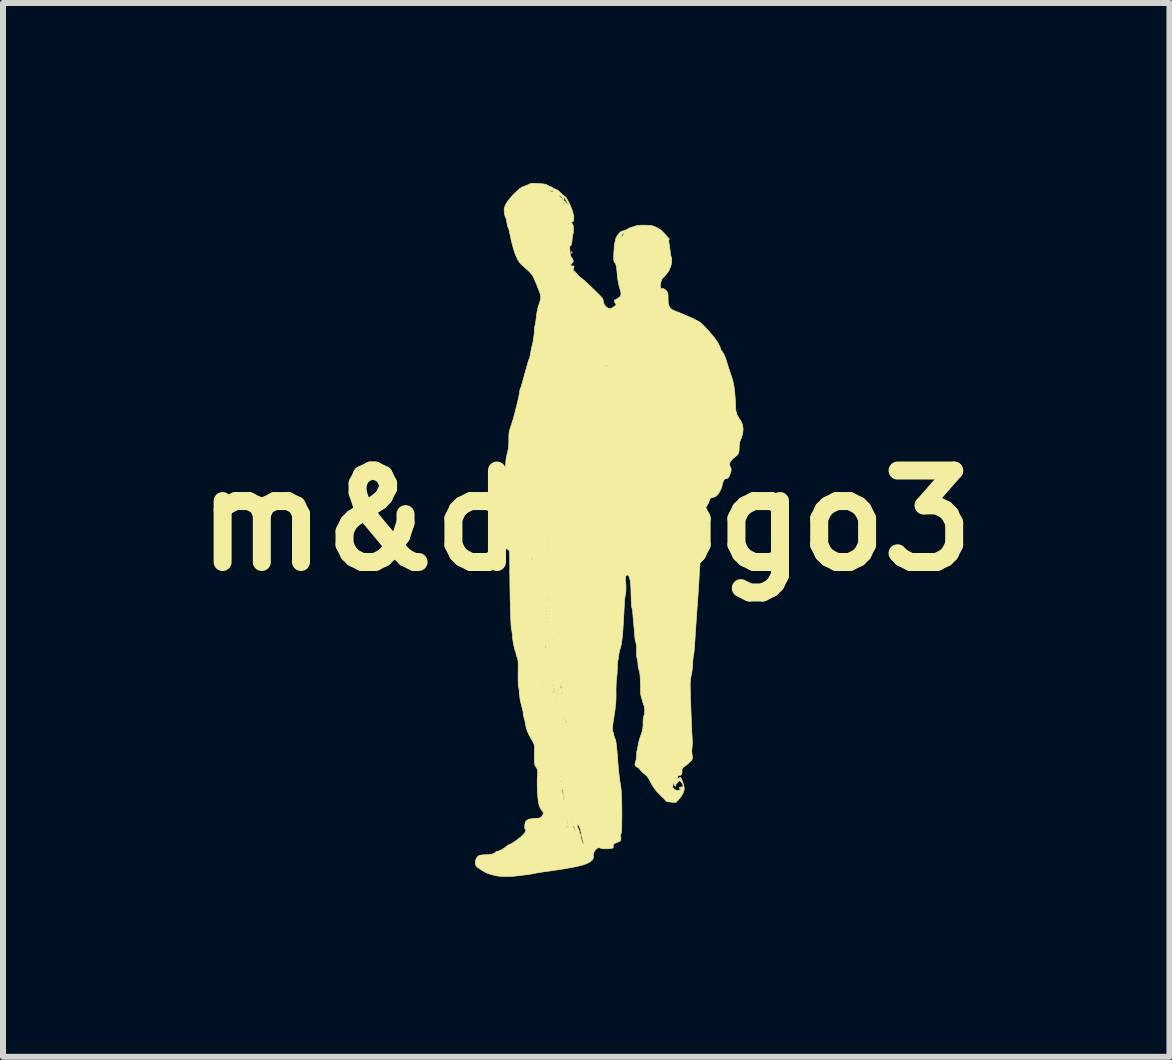
<source format=kicad_pcb>
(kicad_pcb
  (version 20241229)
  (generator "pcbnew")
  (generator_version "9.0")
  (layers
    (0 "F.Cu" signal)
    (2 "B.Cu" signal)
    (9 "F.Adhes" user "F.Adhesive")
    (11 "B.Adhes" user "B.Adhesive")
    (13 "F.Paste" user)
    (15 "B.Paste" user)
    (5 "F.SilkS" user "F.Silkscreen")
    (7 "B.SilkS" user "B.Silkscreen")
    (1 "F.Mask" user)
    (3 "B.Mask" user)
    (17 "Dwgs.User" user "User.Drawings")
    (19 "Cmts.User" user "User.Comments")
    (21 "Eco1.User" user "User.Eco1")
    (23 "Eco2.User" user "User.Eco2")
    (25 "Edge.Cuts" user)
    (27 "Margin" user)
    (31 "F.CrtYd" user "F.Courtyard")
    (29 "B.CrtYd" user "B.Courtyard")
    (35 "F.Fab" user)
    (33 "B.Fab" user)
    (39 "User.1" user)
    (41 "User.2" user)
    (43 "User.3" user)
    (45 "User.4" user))
  (footprint "m&d_logo3"
    (layer "F.Cu")
    (at 6.72 5.627)
    (property "Reference" "m&d_logo3" (at 0 0 0) (layer "F.SilkS") (effects (font (size 1.524 1.524) (thickness 0.3))))
    (attr through_hole)
    (fp_poly (pts (xy -0.237 -4.483) (xy -0.236 -4.462) (xy -0.237 -4.458) (xy -0.241 -4.456) (xy -0.242 -4.47) (xy -0.241 -4.485) (xy -0.237 -4.483)) (stroke (width 0.01) (type solid)) (fill yes) (layer "F.SilkS"))
    (fp_poly (pts (xy -0.858 -5.622) (xy -0.807 -5.619) (xy -0.795 -5.618) (xy -0.737 -5.614) (xy -0.696 -5.609) (xy -0.669 -5.603) (xy -0.653 -5.595) (xy -0.651 -5.594) (xy -0.628 -5.58) (xy -0.599 -5.568) (xy -0.596 -5.567) (xy -0.572 -5.558) (xy -0.559 -5.549) (xy -0.559 -5.547) (xy -0.55 -5.539) (xy -0.528 -5.53) (xy -0.516 -5.526) (xy -0.473 -5.506) (xy -0.434 -5.471) (xy -0.406 -5.442) (xy -0.375 -5.415) (xy -0.36 -5.405) (xy -0.338 -5.388) (xy -0.326 -5.374) (xy -0.325 -5.371) (xy -0.319 -5.353) (xy -0.314 -5.347) (xy -0.304 -5.332) (xy -0.289 -5.302) (xy -0.271 -5.265) (xy -0.254 -5.224) (xy -0.239 -5.186) (xy -0.228 -5.156) (xy -0.224 -5.138) (xy -0.219 -5.114) (xy -0.213 -5.099) (xy -0.207 -5.074) (xy -0.207 -5.037) (xy -0.208 -5.028) (xy -0.214 -4.997) (xy -0.222 -4.982) (xy -0.235 -4.978) (xy -0.251 -4.976) (xy -0.251 -4.968) (xy -0.236 -4.95) (xy -0.234 -4.948) (xy -0.223 -4.933) (xy -0.216 -4.912) (xy -0.214 -4.88) (xy -0.213 -4.853) (xy -0.214 -4.816) (xy -0.217 -4.787) (xy -0.221 -4.772) (xy -0.221 -4.771) (xy -0.227 -4.756) (xy -0.231 -4.736) (xy -0.236 -4.674) (xy -0.241 -4.63) (xy -0.247 -4.602) (xy -0.254 -4.587) (xy -0.262 -4.582) (xy -0.27 -4.579) (xy -0.273 -4.567) (xy -0.274 -4.542) (xy -0.272 -4.509) (xy -0.268 -4.463) (xy -0.264 -4.433) (xy -0.259 -4.412) (xy -0.251 -4.394) (xy -0.239 -4.376) (xy -0.236 -4.372) (xy -0.219 -4.343) (xy -0.216 -4.322) (xy -0.227 -4.3) (xy -0.241 -4.285) (xy -0.258 -4.265) (xy -0.26 -4.253) (xy -0.255 -4.248) (xy -0.235 -4.243) (xy -0.221 -4.245) (xy -0.206 -4.246) (xy -0.204 -4.234) (xy -0.205 -4.226) (xy -0.213 -4.199) (xy -0.218 -4.184) (xy -0.217 -4.168) (xy -0.206 -4.161) (xy -0.189 -4.15) (xy -0.169 -4.127) (xy -0.163 -4.119) (xy -0.14 -4.092) (xy -0.108 -4.063) (xy -0.089 -4.049) (xy -0.068 -4.032) (xy -0.034 -4.004) (xy 0.008 -3.966) (xy 0.055 -3.922) (xy 0.105 -3.874) (xy 0.121 -3.859) (xy 0.174 -3.807) (xy 0.214 -3.767) (xy 0.243 -3.737) (xy 0.262 -3.714) (xy 0.274 -3.697) (xy 0.28 -3.684) (xy 0.282 -3.671) (xy 0.282 -3.666) (xy 0.29 -3.626) (xy 0.31 -3.588) (xy 0.338 -3.558) (xy 0.371 -3.539) (xy 0.4 -3.535) (xy 0.423 -3.542) (xy 0.451 -3.557) (xy 0.476 -3.575) (xy 0.494 -3.592) (xy 0.498 -3.601) (xy 0.491 -3.618) (xy 0.483 -3.627) (xy 0.471 -3.644) (xy 0.468 -3.663) (xy 0.473 -3.676) (xy 0.478 -3.678) (xy 0.492 -3.683) (xy 0.516 -3.698) (xy 0.534 -3.71) (xy 0.561 -3.731) (xy 0.574 -3.748) (xy 0.579 -3.769) (xy 0.579 -3.782) (xy 0.575 -3.819) (xy 0.565 -3.856) (xy 0.564 -3.857) (xy 0.552 -3.896) (xy 0.539 -3.95) (xy 0.528 -4.014) (xy 0.519 -4.085) (xy 0.512 -4.155) (xy 0.508 -4.208) (xy 0.501 -4.246) (xy 0.492 -4.274) (xy 0.477 -4.298) (xy 0.469 -4.31) (xy 0.463 -4.321) (xy 0.46 -4.34) (xy 0.458 -4.369) (xy 0.459 -4.412) (xy 0.461 -4.472) (xy 0.462 -4.478) (xy 0.465 -4.531) (xy 0.468 -4.578) (xy 0.472 -4.613) (xy 0.476 -4.634) (xy 0.478 -4.638) (xy 0.485 -4.654) (xy 0.488 -4.678) (xy 0.496 -4.712) (xy 0.518 -4.749) (xy 0.591 -4.749) (xy 0.593 -4.737) (xy 0.599 -4.735) (xy 0.609 -4.743) (xy 0.61 -4.746) (xy 0.616 -4.763) (xy 0.626 -4.776) (xy 0.636 -4.789) (xy 0.632 -4.792) (xy 0.624 -4.791) (xy 0.609 -4.783) (xy 0.597 -4.767) (xy 0.591 -4.749) (xy 0.518 -4.749) (xy 0.522 -4.756) (xy 0.529 -4.765) (xy 0.555 -4.797) (xy 0.576 -4.815) (xy 0.598 -4.825) (xy 0.612 -4.828) (xy 0.649 -4.839) (xy 0.685 -4.857) (xy 0.69 -4.861) (xy 0.724 -4.879) (xy 0.761 -4.891) (xy 0.767 -4.893) (xy 0.797 -4.9) (xy 0.819 -4.909) (xy 0.822 -4.911) (xy 0.841 -4.918) (xy 0.875 -4.922) (xy 0.92 -4.924) (xy 0.97 -4.924) (xy 1.021 -4.923) (xy 1.069 -4.919) (xy 1.107 -4.913) (xy 1.124 -4.908) (xy 1.202 -4.872) (xy 1.271 -4.82) (xy 1.309 -4.779) (xy 1.334 -4.749) (xy 1.357 -4.723) (xy 1.37 -4.71) (xy 1.384 -4.693) (xy 1.381 -4.683) (xy 1.376 -4.673) (xy 1.376 -4.649) (xy 1.382 -4.611) (xy 1.389 -4.571) (xy 1.394 -4.533) (xy 1.397 -4.511) (xy 1.402 -4.465) (xy 1.409 -4.422) (xy 1.417 -4.39) (xy 1.421 -4.379) (xy 1.425 -4.358) (xy 1.424 -4.324) (xy 1.419 -4.285) (xy 1.412 -4.248) (xy 1.402 -4.219) (xy 1.398 -4.212) (xy 1.386 -4.19) (xy 1.382 -4.175) (xy 1.376 -4.162) (xy 1.36 -4.139) (xy 1.338 -4.111) (xy 1.316 -4.083) (xy 1.295 -4.061) (xy 1.283 -4.051) (xy 1.265 -4.03) (xy 1.25 -3.995) (xy 1.239 -3.954) (xy 1.235 -3.912) (xy 1.239 -3.877) (xy 1.239 -3.875) (xy 1.245 -3.858) (xy 1.249 -3.857) (xy 1.249 -3.858) (xy 1.257 -3.87) (xy 1.275 -3.871) (xy 1.299 -3.861) (xy 1.323 -3.844) (xy 1.344 -3.821) (xy 1.347 -3.817) (xy 1.357 -3.795) (xy 1.363 -3.767) (xy 1.364 -3.729) (xy 1.364 -3.699) (xy 1.367 -3.633) (xy 1.378 -3.582) (xy 1.4 -3.544) (xy 1.436 -3.515) (xy 1.487 -3.491) (xy 1.499 -3.487) (xy 1.534 -3.474) (xy 1.581 -3.455) (xy 1.632 -3.434) (xy 1.666 -3.419) (xy 1.72 -3.395) (xy 1.763 -3.376) (xy 1.802 -3.357) (xy 1.845 -3.335) (xy 1.88 -3.316) (xy 1.907 -3.297) (xy 1.942 -3.266) (xy 1.984 -3.223) (xy 2.03 -3.174) (xy 2.076 -3.121) (xy 2.121 -3.067) (xy 2.161 -3.014) (xy 2.194 -2.967) (xy 2.197 -2.963) (xy 2.206 -2.944) (xy 2.219 -2.917) (xy 2.232 -2.887) (xy 2.241 -2.861) (xy 2.245 -2.847) (xy 2.245 -2.847) (xy 2.252 -2.833) (xy 2.261 -2.824) (xy 2.276 -2.805) (xy 2.295 -2.771) (xy 2.314 -2.728) (xy 2.331 -2.681) (xy 2.341 -2.65) (xy 2.351 -2.617) (xy 2.365 -2.572) (xy 2.381 -2.521) (xy 2.392 -2.489) (xy 2.412 -2.43) (xy 2.427 -2.386) (xy 2.437 -2.352) (xy 2.445 -2.325) (xy 2.451 -2.299) (xy 2.457 -2.271) (xy 2.458 -2.266) (xy 2.466 -2.214) (xy 2.474 -2.149) (xy 2.48 -2.077) (xy 2.486 -2.005) (xy 2.489 -1.938) (xy 2.489 -1.904) (xy 2.495 -1.827) (xy 2.515 -1.762) (xy 2.549 -1.701) (xy 2.561 -1.686) (xy 2.58 -1.655) (xy 2.598 -1.616) (xy 2.606 -1.593) (xy 2.615 -1.524) (xy 2.607 -1.448) (xy 2.581 -1.367) (xy 2.575 -1.354) (xy 2.56 -1.314) (xy 2.552 -1.274) (xy 2.55 -1.223) (xy 2.547 -1.168) (xy 2.538 -1.127) (xy 2.518 -1.094) (xy 2.486 -1.066) (xy 2.473 -1.056) (xy 2.436 -1.025) (xy 2.407 -0.99) (xy 2.39 -0.958) (xy 2.388 -0.943) (xy 2.392 -0.922) (xy 2.402 -0.895) (xy 2.405 -0.89) (xy 2.413 -0.869) (xy 2.416 -0.851) (xy 2.413 -0.829) (xy 2.404 -0.795) (xy 2.403 -0.792) (xy 2.387 -0.747) (xy 2.371 -0.719) (xy 2.353 -0.705) (xy 2.331 -0.701) (xy 2.313 -0.696) (xy 2.296 -0.678) (xy 2.286 -0.658) (xy 2.274 -0.627) (xy 2.266 -0.598) (xy 2.266 -0.591) (xy 2.26 -0.561) (xy 2.244 -0.523) (xy 2.223 -0.481) (xy 2.199 -0.444) (xy 2.176 -0.417) (xy 2.171 -0.412) (xy 2.14 -0.395) (xy 2.107 -0.385) (xy 2.103 -0.384) (xy 2.078 -0.379) (xy 2.065 -0.365) (xy 2.057 -0.345) (xy 2.035 -0.288) (xy 2.007 -0.24) (xy 1.979 -0.206) (xy 1.957 -0.178) (xy 1.941 -0.152) (xy 1.937 -0.14) (xy 1.935 -0.125) (xy 1.933 -0.091) (xy 1.931 -0.043) (xy 1.928 0.018) (xy 1.925 0.088) (xy 1.922 0.166) (xy 1.921 0.208) (xy 1.918 0.296) (xy 1.914 0.383) (xy 1.91 0.468) (xy 1.907 0.545) (xy 1.903 0.61) (xy 1.9 0.661) (xy 1.899 0.671) (xy 1.895 0.732) (xy 1.89 0.806) (xy 1.885 0.884) (xy 1.881 0.957) (xy 1.88 0.975) (xy 1.876 1.047) (xy 1.871 1.125) (xy 1.866 1.203) (xy 1.861 1.271) (xy 1.86 1.285) (xy 1.854 1.373) (xy 1.847 1.472) (xy 1.839 1.578) (xy 1.832 1.685) (xy 1.825 1.79) (xy 1.819 1.888) (xy 1.813 1.975) (xy 1.808 2.047) (xy 1.808 2.052) (xy 1.804 2.108) (xy 1.8 2.16) (xy 1.795 2.202) (xy 1.79 2.23) (xy 1.789 2.235) (xy 1.785 2.259) (xy 1.78 2.298) (xy 1.776 2.347) (xy 1.774 2.393) (xy 1.769 2.454) (xy 1.763 2.511) (xy 1.755 2.558) (xy 1.75 2.576) (xy 1.737 2.645) (xy 1.733 2.732) (xy 1.733 2.733) (xy 1.734 2.782) (xy 1.735 2.845) (xy 1.737 2.92) (xy 1.74 3.002) (xy 1.743 3.089) (xy 1.746 3.178) (xy 1.749 3.267) (xy 1.753 3.353) (xy 1.756 3.432) (xy 1.759 3.502) (xy 1.762 3.561) (xy 1.765 3.604) (xy 1.766 3.627) (xy 1.769 3.691) (xy 1.766 3.757) (xy 1.764 3.777) (xy 1.759 3.841) (xy 1.763 3.896) (xy 1.765 3.904) (xy 1.77 3.941) (xy 1.769 3.967) (xy 1.763 3.983) (xy 1.747 4.004) (xy 1.718 4.032) (xy 1.683 4.063) (xy 1.646 4.092) (xy 1.623 4.108) (xy 1.604 4.124) (xy 1.597 4.146) (xy 1.597 4.163) (xy 1.595 4.207) (xy 1.586 4.234) (xy 1.568 4.244) (xy 1.556 4.245) (xy 1.538 4.245) (xy 1.529 4.255) (xy 1.526 4.277) (xy 1.524 4.3) (xy 1.528 4.306) (xy 1.539 4.297) (xy 1.542 4.295) (xy 1.559 4.282) (xy 1.568 4.277) (xy 1.577 4.286) (xy 1.589 4.31) (xy 1.603 4.342) (xy 1.616 4.379) (xy 1.626 4.415) (xy 1.63 4.438) (xy 1.633 4.471) (xy 1.629 4.5) (xy 1.618 4.532) (xy 1.61 4.549) (xy 1.586 4.59) (xy 1.556 4.631) (xy 1.538 4.652) (xy 1.493 4.697) (xy 1.414 4.691) (xy 1.373 4.687) (xy 1.347 4.682) (xy 1.331 4.673) (xy 1.321 4.662) (xy 1.304 4.641) (xy 1.291 4.628) (xy 1.277 4.617) (xy 1.254 4.594) (xy 1.225 4.565) (xy 1.213 4.553) (xy 1.169 4.506) (xy 1.13 4.455) (xy 1.116 4.432) (xy 1.441 4.432) (xy 1.442 4.447) (xy 1.462 4.469) (xy 1.466 4.473) (xy 1.501 4.495) (xy 1.533 4.499) (xy 1.56 4.486) (xy 1.573 4.475) (xy 1.57 4.469) (xy 1.562 4.465) (xy 1.549 4.456) (xy 1.554 4.446) (xy 1.573 4.441) (xy 1.586 4.44) (xy 1.609 4.434) (xy 1.615 4.418) (xy 1.605 4.389) (xy 1.592 4.368) (xy 1.569 4.341) (xy 1.55 4.335) (xy 1.533 4.348) (xy 1.529 4.356) (xy 1.517 4.374) (xy 1.506 4.379) (xy 1.495 4.384) (xy 1.495 4.387) (xy 1.495 4.402) (xy 1.495 4.413) (xy 1.491 4.426) (xy 1.48 4.421) (xy 1.478 4.42) (xy 1.465 4.403) (xy 1.463 4.394) (xy 1.455 4.376) (xy 1.451 4.373) (xy 1.444 4.374) (xy 1.445 4.392) (xy 1.446 4.417) (xy 1.441 4.432) (xy 1.116 4.432) (xy 1.093 4.395) (xy 1.054 4.322) (xy 1.052 4.318) (xy 1.018 4.265) (xy 0.975 4.225) (xy 0.972 4.223) (xy 0.941 4.198) (xy 0.914 4.171) (xy 0.903 4.156) (xy 0.881 4.13) (xy 0.851 4.109) (xy 0.848 4.108) (xy 0.824 4.093) (xy 0.814 4.075) (xy 0.813 4.061) (xy 0.817 4.032) (xy 0.824 4.012) (xy 0.83 3.992) (xy 0.835 3.958) (xy 0.838 3.919) (xy 0.838 3.917) (xy 0.84 3.879) (xy 0.843 3.849) (xy 0.847 3.833) (xy 0.847 3.832) (xy 0.852 3.816) (xy 0.857 3.789) (xy 0.859 3.779) (xy 0.871 3.705) (xy 0.891 3.633) (xy 0.908 3.586) (xy 0.929 3.525) (xy 0.941 3.473) (xy 0.947 3.421) (xy 0.947 3.367) (xy 0.949 3.309) (xy 0.958 3.265) (xy 0.96 3.259) (xy 0.969 3.225) (xy 0.973 3.182) (xy 0.973 3.138) (xy 0.968 3.098) (xy 0.96 3.073) (xy 0.948 3.046) (xy 0.942 3.022) (xy 0.935 2.993) (xy 0.924 2.958) (xy 0.92 2.947) (xy 0.91 2.908) (xy 0.905 2.865) (xy 0.905 2.856) (xy 0.905 2.769) (xy 0.903 2.689) (xy 0.9 2.619) (xy 0.895 2.56) (xy 0.888 2.516) (xy 0.88 2.489) (xy 0.878 2.485) (xy 0.869 2.461) (xy 0.864 2.423) (xy 0.864 2.402) (xy 0.861 2.362) (xy 0.855 2.324) (xy 0.85 2.305) (xy 0.841 2.27) (xy 0.838 2.217) (xy 0.838 2.174) (xy 0.838 2.101) (xy 0.831 2.047) (xy 0.827 2.033) (xy 0.818 1.999) (xy 0.812 1.955) (xy 0.807 1.911) (xy 0.804 1.863) (xy 0.8 1.807) (xy 0.794 1.751) (xy 0.793 1.737) (xy 0.787 1.682) (xy 0.782 1.62) (xy 0.778 1.566) (xy 0.777 1.556) (xy 0.773 1.514) (xy 0.768 1.478) (xy 0.762 1.454) (xy 0.761 1.451) (xy 0.757 1.435) (xy 0.754 1.402) (xy 0.751 1.356) (xy 0.749 1.3) (xy 0.747 1.238) (xy 0.747 1.236) (xy 0.745 1.136) (xy 0.739 1.056) (xy 0.732 0.994) (xy 0.721 0.949) (xy 0.708 0.92) (xy 0.697 0.91) (xy 0.681 0.905) (xy 0.666 0.917) (xy 0.664 0.919) (xy 0.656 0.934) (xy 0.653 0.956) (xy 0.654 0.988) (xy 0.657 1.016) (xy 0.662 1.089) (xy 0.662 1.159) (xy 0.657 1.218) (xy 0.65 1.249) (xy 0.646 1.274) (xy 0.641 1.313) (xy 0.638 1.361) (xy 0.635 1.407) (xy 0.632 1.463) (xy 0.629 1.528) (xy 0.625 1.598) (xy 0.621 1.669) (xy 0.617 1.738) (xy 0.613 1.801) (xy 0.609 1.854) (xy 0.606 1.893) (xy 0.605 1.91) (xy 0.595 1.989) (xy 0.585 2.056) (xy 0.574 2.108) (xy 0.563 2.141) (xy 0.554 2.172) (xy 0.546 2.214) (xy 0.542 2.244) (xy 0.538 2.281) (xy 0.533 2.312) (xy 0.528 2.327) (xy 0.524 2.344) (xy 0.521 2.377) (xy 0.519 2.419) (xy 0.519 2.445) (xy 0.517 2.5) (xy 0.514 2.56) (xy 0.508 2.613) (xy 0.506 2.626) (xy 0.502 2.668) (xy 0.499 2.724) (xy 0.497 2.786) (xy 0.496 2.85) (xy 0.497 2.86) (xy 0.497 2.92) (xy 0.496 2.976) (xy 0.493 3.032) (xy 0.487 3.093) (xy 0.479 3.161) (xy 0.467 3.242) (xy 0.452 3.338) (xy 0.442 3.408) (xy 0.438 3.462) (xy 0.439 3.5) (xy 0.445 3.519) (xy 0.447 3.52) (xy 0.454 3.534) (xy 0.457 3.557) (xy 0.462 3.586) (xy 0.474 3.619) (xy 0.477 3.627) (xy 0.483 3.64) (xy 0.489 3.656) (xy 0.493 3.677) (xy 0.498 3.705) (xy 0.503 3.742) (xy 0.508 3.789) (xy 0.514 3.849) (xy 0.52 3.924) (xy 0.527 4.016) (xy 0.533 4.094) (xy 0.539 4.161) (xy 0.546 4.227) (xy 0.553 4.288) (xy 0.56 4.337) (xy 0.564 4.364) (xy 0.573 4.413) (xy 0.58 4.467) (xy 0.585 4.527) (xy 0.589 4.597) (xy 0.592 4.678) (xy 0.593 4.774) (xy 0.594 4.886) (xy 0.594 4.924) (xy 0.593 5.008) (xy 0.592 5.074) (xy 0.591 5.125) (xy 0.589 5.162) (xy 0.587 5.189) (xy 0.583 5.208) (xy 0.579 5.22) (xy 0.576 5.226) (xy 0.566 5.247) (xy 0.569 5.258) (xy 0.577 5.273) (xy 0.578 5.298) (xy 0.573 5.324) (xy 0.566 5.336) (xy 0.549 5.349) (xy 0.521 5.361) (xy 0.512 5.364) (xy 0.473 5.379) (xy 0.452 5.399) (xy 0.449 5.426) (xy 0.45 5.431) (xy 0.451 5.445) (xy 0.446 5.454) (xy 0.433 5.46) (xy 0.407 5.464) (xy 0.365 5.468) (xy 0.34 5.469) (xy 0.284 5.469) (xy 0.245 5.461) (xy 0.241 5.459) (xy 0.219 5.451) (xy 0.199 5.454) (xy 0.182 5.461) (xy 0.161 5.479) (xy 0.141 5.505) (xy 0.125 5.535) (xy 0.116 5.562) (xy 0.117 5.579) (xy 0.12 5.595) (xy 0.118 5.621) (xy 0.118 5.623) (xy 0.101 5.655) (xy 0.065 5.686) (xy 0.01 5.715) (xy -0.064 5.741) (xy -0.156 5.764) (xy -0.213 5.775) (xy -0.335 5.797) (xy -0.452 5.816) (xy -0.561 5.833) (xy -0.655 5.846) (xy -0.671 5.848) (xy -0.726 5.856) (xy -0.783 5.865) (xy -0.833 5.874) (xy -0.859 5.879) (xy -0.905 5.888) (xy -0.96 5.897) (xy -1.013 5.904) (xy -1.016 5.904) (xy -1.068 5.91) (xy -1.123 5.916) (xy -1.171 5.922) (xy -1.173 5.923) (xy -1.233 5.928) (xy -1.301 5.931) (xy -1.37 5.931) (xy -1.434 5.927) (xy -1.487 5.921) (xy -1.504 5.918) (xy -1.578 5.9) (xy -1.637 5.881) (xy -1.684 5.86) (xy -1.722 5.837) (xy -1.756 5.815) (xy -1.789 5.794) (xy -1.805 5.785) (xy -1.833 5.759) (xy -1.848 5.723) (xy -1.849 5.68) (xy -1.835 5.636) (xy -1.824 5.617) (xy -1.807 5.596) (xy -1.786 5.582) (xy -1.756 5.574) (xy -1.715 5.569) (xy -1.658 5.568) (xy -1.655 5.568) (xy -1.603 5.564) (xy -1.559 5.554) (xy -1.527 5.54) (xy -1.51 5.523) (xy -1.498 5.512) (xy -1.49 5.513) (xy -1.471 5.511) (xy -1.441 5.5) (xy -1.404 5.481) (xy -1.365 5.457) (xy -1.332 5.431) (xy -1.306 5.411) (xy -1.285 5.398) (xy -1.277 5.395) (xy -1.259 5.389) (xy -1.23 5.373) (xy -1.193 5.349) (xy -1.153 5.321) (xy -1.114 5.291) (xy -1.08 5.262) (xy -1.059 5.242) (xy -1.025 5.204) (xy -1.008 5.174) (xy -1.008 5.154) (xy -1.016 5.146) (xy -1.023 5.131) (xy -1.026 5.104) (xy -1.024 5.071) (xy -1.018 5.039) (xy -1.013 5.024) (xy -0.322 5.024) (xy -0.321 5.044) (xy -0.32 5.053) (xy -0.314 5.095) (xy -0.306 5.117) (xy -0.3 5.121) (xy -0.3 5.112) (xy -0.3 5.112) (xy -0.224 5.112) (xy -0.217 5.117) (xy -0.213 5.116) (xy -0.206 5.12) (xy -0.203 5.139) (xy -0.203 5.14) (xy -0.2 5.162) (xy -0.193 5.171) (xy -0.192 5.171) (xy -0.186 5.163) (xy -0.188 5.138) (xy -0.195 5.113) (xy -0.2 5.098) (xy -0.2 5.098) (xy -0.21 5.094) (xy -0.221 5.103) (xy -0.224 5.112) (xy -0.3 5.112) (xy -0.303 5.09) (xy -0.305 5.083) (xy -0.309 5.067) (xy -0.15 5.067) (xy -0.148 5.089) (xy -0.138 5.119) (xy -0.133 5.13) (xy -0.12 5.159) (xy -0.112 5.185) (xy -0.112 5.191) (xy -0.107 5.21) (xy -0.102 5.217) (xy -0.094 5.231) (xy -0.091 5.253) (xy -0.089 5.279) (xy -0.082 5.311) (xy -0.072 5.345) (xy -0.061 5.374) (xy -0.052 5.392) (xy -0.048 5.395) (xy -0.042 5.388) (xy -0.043 5.382) (xy -0.049 5.361) (xy -0.058 5.325) (xy -0.069 5.281) (xy -0.079 5.236) (xy -0.087 5.194) (xy -0.09 5.178) (xy -0.1 5.138) (xy -0.115 5.099) (xy -0.124 5.082) (xy -0.139 5.06) (xy -0.146 5.054) (xy -0.15 5.062) (xy -0.15 5.067) (xy -0.309 5.067) (xy -0.314 5.043) (xy -0.319 5.024) (xy -0.322 5.024) (xy -1.013 5.024) (xy -1.011 5.02) (xy -0.992 4.996) (xy -0.98 4.989) (xy -0.325 4.989) (xy -0.321 4.997) (xy -0.318 4.995) (xy -0.317 4.983) (xy -0.318 4.982) (xy -0.324 4.983) (xy -0.325 4.989) (xy -0.98 4.989) (xy -0.963 4.979) (xy -0.939 4.973) (xy -0.254 4.973) (xy -0.249 4.978) (xy -0.244 4.973) (xy -0.249 4.968) (xy -0.254 4.973) (xy -0.939 4.973) (xy -0.92 4.969) (xy -0.86 4.964) (xy -0.855 4.964) (xy -0.804 4.961) (xy -0.769 4.953) (xy -0.746 4.937) (xy -0.742 4.933) (xy -0.264 4.933) (xy -0.259 4.938) (xy -0.254 4.933) (xy -0.259 4.928) (xy -0.264 4.933) (xy -0.742 4.933) (xy -0.728 4.912) (xy -0.721 4.896) (xy -0.714 4.873) (xy -0.719 4.856) (xy -0.73 4.843) (xy -0.755 4.811) (xy -0.774 4.773) (xy -0.789 4.725) (xy -0.8 4.665) (xy -0.808 4.589) (xy -0.811 4.547) (xy -0.814 4.494) (xy -0.404 4.494) (xy -0.398 4.52) (xy -0.398 4.521) (xy -0.391 4.548) (xy -0.383 4.586) (xy -0.379 4.615) (xy -0.375 4.647) (xy -0.371 4.66) (xy -0.369 4.655) (xy -0.368 4.644) (xy -0.368 4.611) (xy -0.373 4.574) (xy -0.375 4.566) (xy -0.382 4.532) (xy -0.386 4.501) (xy -0.386 4.494) (xy -0.388 4.476) (xy -0.395 4.476) (xy -0.398 4.478) (xy -0.404 4.494) (xy -0.814 4.494) (xy -0.814 4.483) (xy -0.817 4.418) (xy -0.817 4.359) (xy -0.817 4.354) (xy -0.427 4.354) (xy -0.422 4.359) (xy -0.417 4.354) (xy -0.422 4.348) (xy -0.427 4.354) (xy -0.817 4.354) (xy -0.817 4.311) (xy -0.816 4.298) (xy -0.814 4.261) (xy -0.436 4.261) (xy -0.434 4.274) (xy -0.431 4.275) (xy -0.428 4.261) (xy -0.43 4.255) (xy -0.434 4.251) (xy -0.436 4.261) (xy -0.814 4.261) (xy -0.813 4.24) (xy -0.811 4.198) (xy -0.812 4.169) (xy -0.815 4.149) (xy -0.821 4.132) (xy -0.83 4.117) (xy -0.837 4.107) (xy -0.845 4.094) (xy -0.852 4.081) (xy -0.857 4.067) (xy -0.861 4.048) (xy -0.863 4.021) (xy -0.864 3.984) (xy -0.864 3.935) (xy -0.864 3.87) (xy -0.863 3.802) (xy -0.863 3.768) (xy -0.866 3.743) (xy -0.872 3.719) (xy -0.884 3.693) (xy -0.904 3.657) (xy -0.919 3.632) (xy -0.957 3.564) (xy -0.984 3.503) (xy -1.003 3.44) (xy -1.009 3.409) (xy -0.325 3.409) (xy -0.32 3.414) (xy -0.315 3.409) (xy -0.32 3.404) (xy -0.325 3.409) (xy -1.009 3.409) (xy -1.017 3.367) (xy -1.017 3.364) (xy -1.025 3.323) (xy -1.026 3.321) (xy -0.366 3.321) (xy -0.359 3.332) (xy -0.356 3.332) (xy -0.347 3.341) (xy -0.345 3.353) (xy -0.342 3.369) (xy -0.336 3.373) (xy -0.331 3.365) (xy -0.332 3.353) (xy -0.34 3.335) (xy -0.352 3.321) (xy -0.362 3.315) (xy -0.366 3.321) (xy -1.026 3.321) (xy -1.032 3.297) (xy -0.498 3.297) (xy -0.493 3.302) (xy -0.488 3.297) (xy -0.493 3.292) (xy -0.498 3.297) (xy -1.032 3.297) (xy -1.035 3.285) (xy -1.042 3.264) (xy -1.05 3.238) (xy -1.051 3.218) (xy -1.05 3.216) (xy -1.05 3.199) (xy -1.055 3.17) (xy -1.062 3.143) (xy -1.071 3.111) (xy -1.077 3.089) (xy -1.079 3.081) (xy -1.081 3.071) (xy -1.087 3.047) (xy -1.093 3.026) (xy -1.1 2.992) (xy -0.508 2.992) (xy -0.503 2.997) (xy -0.498 2.992) (xy -0.503 2.987) (xy -0.508 2.992) (xy -1.1 2.992) (xy -1.1 2.991) (xy -1.107 2.944) (xy -1.108 2.931) (xy -0.681 2.931) (xy -0.676 2.936) (xy -0.671 2.931) (xy -0.676 2.926) (xy -0.681 2.931) (xy -1.108 2.931) (xy -1.112 2.896) (xy -0.518 2.896) (xy -0.514 2.904) (xy -0.511 2.902) (xy -0.51 2.89) (xy -0.511 2.889) (xy -0.517 2.89) (xy -0.518 2.896) (xy -1.112 2.896) (xy -1.112 2.894) (xy -1.113 2.876) (xy -1.115 2.859) (xy -0.649 2.859) (xy -0.648 2.872) (xy -0.644 2.873) (xy -0.644 2.869) (xy -0.406 2.869) (xy -0.404 2.883) (xy -0.4 2.883) (xy -0.398 2.869) (xy -0.399 2.863) (xy -0.404 2.859) (xy -0.406 2.869) (xy -0.644 2.869) (xy -0.642 2.859) (xy -0.643 2.853) (xy -0.648 2.849) (xy -0.649 2.859) (xy -1.115 2.859) (xy -1.116 2.848) (xy -0.567 2.848) (xy -0.565 2.853) (xy -0.555 2.864) (xy -0.549 2.862) (xy -0.549 2.861) (xy -0.556 2.852) (xy -0.56 2.849) (xy -0.567 2.848) (xy -1.116 2.848) (xy -1.117 2.832) (xy -1.119 2.814) (xy -0.691 2.814) (xy -0.687 2.823) (xy -0.684 2.821) (xy -0.683 2.811) (xy -0.54 2.811) (xy -0.536 2.834) (xy -0.535 2.839) (xy -0.526 2.864) (xy -0.52 2.869) (xy -0.52 2.856) (xy -0.524 2.831) (xy -0.53 2.808) (xy -0.537 2.799) (xy -0.538 2.799) (xy -0.54 2.811) (xy -0.683 2.811) (xy -0.683 2.809) (xy -0.684 2.808) (xy -0.69 2.809) (xy -0.691 2.814) (xy -1.119 2.814) (xy -1.122 2.794) (xy -1.127 2.769) (xy -0.549 2.769) (xy -0.544 2.774) (xy -0.538 2.769) (xy -0.544 2.764) (xy -0.549 2.769) (xy -1.127 2.769) (xy -1.127 2.769) (xy -1.129 2.762) (xy -1.131 2.747) (xy -1.132 2.743) (xy -0.711 2.743) (xy -0.707 2.752) (xy -0.704 2.75) (xy -0.704 2.743) (xy -0.559 2.743) (xy -0.555 2.752) (xy -0.552 2.75) (xy -0.552 2.748) (xy -0.433 2.748) (xy -0.428 2.772) (xy -0.425 2.783) (xy -0.416 2.807) (xy -0.41 2.812) (xy -0.408 2.807) (xy -0.41 2.783) (xy -0.416 2.759) (xy -0.426 2.738) (xy -0.432 2.735) (xy -0.433 2.748) (xy -0.552 2.748) (xy -0.551 2.738) (xy -0.552 2.736) (xy -0.558 2.738) (xy -0.559 2.743) (xy -0.704 2.743) (xy -0.703 2.738) (xy -0.704 2.736) (xy -0.71 2.738) (xy -0.711 2.743) (xy -1.132 2.743) (xy -1.133 2.718) (xy -0.559 2.718) (xy -0.554 2.723) (xy -0.549 2.718) (xy -0.554 2.713) (xy -0.559 2.718) (xy -1.133 2.718) (xy -1.133 2.715) (xy -1.135 2.669) (xy -1.135 2.667) (xy -0.569 2.667) (xy -0.564 2.672) (xy -0.559 2.667) (xy -0.564 2.662) (xy -0.569 2.667) (xy -1.135 2.667) (xy -1.135 2.613) (xy -1.135 2.55) (xy -1.135 2.535) (xy -1.134 2.463) (xy -1.134 2.408) (xy -1.134 2.367) (xy -1.136 2.337) (xy -1.14 2.315) (xy -1.145 2.297) (xy -1.15 2.284) (xy -1.161 2.254) (xy -1.168 2.229) (xy -1.168 2.223) (xy -1.173 2.197) (xy -1.179 2.184) (xy -1.187 2.162) (xy -1.196 2.125) (xy -1.202 2.098) (xy -0.688 2.098) (xy -0.687 2.122) (xy -0.686 2.131) (xy -0.684 2.126) (xy -0.682 2.098) (xy -0.684 2.075) (xy -0.686 2.068) (xy -0.688 2.079) (xy -0.688 2.098) (xy -1.202 2.098) (xy -1.207 2.079) (xy -1.216 2.03) (xy -1.224 1.983) (xy -1.227 1.956) (xy -0.559 1.956) (xy -0.554 1.961) (xy -0.549 1.956) (xy -0.554 1.951) (xy -0.559 1.956) (xy -1.227 1.956) (xy -1.228 1.943) (xy -1.229 1.923) (xy -1.232 1.886) (xy -1.239 1.843) (xy -1.244 1.82) (xy -1.248 1.794) (xy -1.252 1.75) (xy -1.255 1.697) (xy -0.671 1.697) (xy -0.667 1.705) (xy -0.664 1.703) (xy -0.663 1.691) (xy -0.664 1.69) (xy -0.67 1.691) (xy -0.671 1.697) (xy -1.255 1.697) (xy -1.255 1.688) (xy -1.259 1.621) (xy -0.671 1.621) (xy -0.665 1.626) (xy -0.66 1.621) (xy -0.665 1.615) (xy -0.671 1.621) (xy -1.259 1.621) (xy -1.259 1.612) (xy -1.261 1.565) (xy -0.671 1.565) (xy -0.667 1.573) (xy -0.664 1.571) (xy -0.663 1.559) (xy -0.664 1.558) (xy -0.67 1.559) (xy -0.671 1.565) (xy -1.261 1.565) (xy -1.262 1.521) (xy -1.263 1.504) (xy -0.671 1.504) (xy -0.667 1.512) (xy -0.664 1.51) (xy -0.663 1.498) (xy -0.664 1.497) (xy -0.67 1.498) (xy -0.671 1.504) (xy -1.263 1.504) (xy -1.264 1.457) (xy -0.67 1.457) (xy -0.668 1.47) (xy -0.664 1.47) (xy -0.662 1.457) (xy -0.664 1.451) (xy -0.668 1.447) (xy -0.67 1.457) (xy -1.264 1.457) (xy -1.265 1.419) (xy -1.268 1.321) (xy -0.671 1.321) (xy -0.667 1.329) (xy -0.664 1.328) (xy -0.663 1.316) (xy -0.664 1.314) (xy -0.67 1.315) (xy -0.671 1.321) (xy -1.268 1.321) (xy -1.268 1.307) (xy -1.269 1.254) (xy -0.66 1.254) (xy -0.658 1.267) (xy -0.654 1.267) (xy -0.652 1.254) (xy -0.653 1.248) (xy -0.658 1.244) (xy -0.66 1.254) (xy -1.269 1.254) (xy -1.27 1.187) (xy -1.272 1.06) (xy -1.273 0.927) (xy -1.274 0.9) (xy -0.657 0.9) (xy -0.655 0.904) (xy -0.646 0.914) (xy -0.645 0.914) (xy -0.64 0.907) (xy -0.64 0.904) (xy -0.648 0.894) (xy -0.651 0.894) (xy -0.657 0.9) (xy -1.274 0.9) (xy -1.274 0.864) (xy -0.65 0.864) (xy -0.647 0.872) (xy -0.643 0.87) (xy -0.642 0.858) (xy -0.643 0.857) (xy -0.65 0.858) (xy -0.65 0.864) (xy -1.274 0.864) (xy -1.274 0.792) (xy -1.274 0.782) (xy -0.396 0.782) (xy -0.393 0.791) (xy -0.389 0.789) (xy -0.388 0.777) (xy -0.389 0.776) (xy -0.396 0.777) (xy -0.396 0.782) (xy -1.274 0.782) (xy -1.274 0.76) (xy -1.275 0.682) (xy -1.275 0.665) (xy -0.945 0.665) (xy -0.94 0.671) (xy -0.935 0.665) (xy -0.94 0.66) (xy -0.945 0.665) (xy -1.275 0.665) (xy -1.275 0.622) (xy -1.275 0.621) (xy -0.912 0.621) (xy -0.909 0.631) (xy -0.909 0.633) (xy -0.901 0.645) (xy -0.896 0.645) (xy -0.897 0.635) (xy -0.903 0.627) (xy -0.912 0.621) (xy -1.275 0.621) (xy -1.276 0.577) (xy -1.278 0.545) (xy -1.28 0.522) (xy -1.283 0.507) (xy -1.288 0.497) (xy -1.295 0.489) (xy -1.298 0.486) (xy -1.331 0.466) (xy -1.354 0.462) (xy -0.648 0.462) (xy -0.647 0.48) (xy -0.644 0.481) (xy -0.644 0.48) (xy -0.642 0.46) (xy -0.643 0.45) (xy -0.646 0.446) (xy -0.648 0.459) (xy -0.648 0.462) (xy -1.354 0.462) (xy -1.387 0.462) (xy -1.388 0.381) (xy -1.39 0.33) (xy -1.396 0.3) (xy -0.64 0.3) (xy -0.635 0.305) (xy -0.63 0.3) (xy -0.635 0.295) (xy -0.64 0.3) (xy -1.396 0.3) (xy -1.397 0.292) (xy -1.409 0.26) (xy -1.411 0.257) (xy -1.424 0.224) (xy -1.432 0.192) (xy -1.433 0.183) (xy -1.438 0.147) (xy -1.452 0.116) (xy -1.466 0.1) (xy -1.469 0.097) (xy -0.874 0.097) (xy -0.869 0.102) (xy -0.864 0.097) (xy -0.102 0.097) (xy -0.097 0.102) (xy -0.091 0.097) (xy -0.097 0.091) (xy -0.102 0.097) (xy -0.864 0.097) (xy -0.869 0.091) (xy -0.874 0.097) (xy -1.469 0.097) (xy -1.473 0.089) (xy -0.819 0.089) (xy -0.809 0.091) (xy -0.795 0.089) (xy -0.795 0.086) (xy 0.037 0.086) (xy 0.048 0.088) (xy 0.071 0.088) (xy 0.096 0.088) (xy 0.106 0.086) (xy 0.099 0.084) (xy 0.066 0.082) (xy 0.043 0.084) (xy 0.037 0.086) (xy -0.795 0.086) (xy -0.795 0.085) (xy -0.809 0.083) (xy -0.815 0.084) (xy -0.819 0.089) (xy -1.473 0.089) (xy -1.476 0.085) (xy -1.479 0.075) (xy -0.769 0.075) (xy -0.767 0.081) (xy -0.762 0.081) (xy -0.755 0.078) (xy 0.218 0.078) (xy 0.363 0.08) (xy 0.421 0.08) (xy 0.461 0.08) (xy 0.487 0.078) (xy 0.501 0.074) (xy 0.507 0.069) (xy 0.508 0.065) (xy 0.504 0.056) (xy 0.491 0.053) (xy 0.462 0.056) (xy 0.431 0.06) (xy 0.388 0.065) (xy 0.339 0.069) (xy 0.317 0.071) (xy 0.218 0.078) (xy -0.755 0.078) (xy -0.754 0.078) (xy -0.755 0.075) (xy -0.767 0.073) (xy -0.769 0.075) (xy -1.479 0.075) (xy -1.48 0.069) (xy -1.487 0.041) (xy -1.494 0.019) (xy -1.503 -0.017) (xy -1.504 -0.034) (xy 0.367 -0.034) (xy 0.374 -0.032) (xy 0.396 -0.031) (xy 0.429 -0.03) (xy 0.43 -0.03) (xy 0.465 -0.032) (xy 0.489 -0.035) (xy 0.498 -0.04) (xy 0.489 -0.044) (xy 0.466 -0.045) (xy 0.436 -0.044) (xy 0.405 -0.042) (xy 0.38 -0.038) (xy 0.367 -0.034) (xy -1.504 -0.034) (xy -1.507 -0.067) (xy -1.505 -0.125) (xy -1.499 -0.185) (xy -1.489 -0.236) (xy -1.48 -0.279) (xy -1.476 -0.31) (xy -1.477 -0.334) (xy -1.483 -0.357) (xy -1.488 -0.381) (xy -1.489 -0.405) (xy -1.486 -0.434) (xy -1.477 -0.476) (xy -1.474 -0.487) (xy -1.463 -0.535) (xy -1.449 -0.594) (xy -1.435 -0.655) (xy -1.426 -0.691) (xy -1.409 -0.757) (xy -1.391 -0.812) (xy -1.372 -0.852) (xy -1.37 -0.856) (xy -1.352 -0.892) (xy -1.343 -0.927) (xy -1.341 -0.965) (xy -1.338 -1.003) (xy -1.331 -1.052) (xy -1.32 -1.104) (xy -1.316 -1.122) (xy -1.304 -1.171) (xy -1.296 -1.216) (xy -1.292 -1.265) (xy -1.29 -1.323) (xy -1.29 -1.345) (xy -1.29 -1.4) (xy -1.288 -1.442) (xy -1.284 -1.476) (xy -1.276 -1.509) (xy -1.264 -1.549) (xy -1.254 -1.577) (xy -1.236 -1.634) (xy -1.215 -1.702) (xy -1.194 -1.778) (xy -1.174 -1.857) (xy -1.154 -1.935) (xy -1.137 -2.008) (xy -1.123 -2.072) (xy -1.113 -2.123) (xy -1.111 -2.144) (xy -1.106 -2.174) (xy -1.1 -2.195) (xy -1.097 -2.2) (xy -1.091 -2.214) (xy -1.082 -2.242) (xy -1.071 -2.279) (xy -1.068 -2.291) (xy -1.045 -2.373) (xy -1.026 -2.441) (xy -1.009 -2.503) (xy -1.001 -2.53) (xy -0.99 -2.57) (xy -0.987 -2.581) (xy 0.325 -2.581) (xy 0.333 -2.571) (xy 0.335 -2.57) (xy 0.345 -2.578) (xy 0.345 -2.581) (xy 0.338 -2.591) (xy 0.335 -2.591) (xy 0.325 -2.583) (xy 0.325 -2.581) (xy -0.987 -2.581) (xy -0.979 -2.609) (xy -0.974 -2.626) (xy -0.963 -2.662) (xy -0.951 -2.694) (xy -0.949 -2.698) (xy -0.941 -2.724) (xy -0.932 -2.762) (xy -0.925 -2.804) (xy -0.924 -2.805) (xy -0.917 -2.847) (xy -0.91 -2.884) (xy -0.903 -2.91) (xy -0.903 -2.911) (xy -0.893 -2.947) (xy -0.884 -2.997) (xy -0.875 -3.053) (xy -0.868 -3.109) (xy -0.864 -3.157) (xy -0.864 -3.173) (xy -0.862 -3.208) (xy -0.858 -3.237) (xy -0.854 -3.249) (xy -0.849 -3.266) (xy -0.844 -3.298) (xy -0.838 -3.34) (xy -0.834 -3.375) (xy -0.821 -3.471) (xy -0.804 -3.553) (xy -0.798 -3.571) (xy 0.284 -3.571) (xy 0.29 -3.566) (xy 0.295 -3.571) (xy 0.29 -3.576) (xy 0.284 -3.571) (xy -0.798 -3.571) (xy -0.783 -3.618) (xy -0.778 -3.631) (xy -0.762 -3.684) (xy -0.759 -3.724) (xy 0.173 -3.724) (xy 0.178 -3.719) (xy 0.183 -3.724) (xy 0.178 -3.729) (xy 0.173 -3.724) (xy -0.759 -3.724) (xy -0.758 -3.737) (xy -0.761 -3.751) (xy 0.157 -3.751) (xy 0.167 -3.75) (xy 0.18 -3.752) (xy 0.18 -3.755) (xy 0.167 -3.758) (xy 0.161 -3.756) (xy 0.157 -3.751) (xy -0.761 -3.751) (xy -0.767 -3.78) (xy -0.789 -3.838) (xy -0.813 -3.899) (xy -0.836 -3.957) (xy -0.858 -4.008) (xy -0.875 -4.048) (xy -0.885 -4.07) (xy -0.906 -4.101) (xy -0.941 -4.141) (xy -0.989 -4.188) (xy -1.048 -4.24) (xy -1.074 -4.262) (xy -1.113 -4.304) (xy -1.15 -4.366) (xy -1.184 -4.445) (xy -1.188 -4.455) (xy -0.384 -4.455) (xy -0.383 -4.438) (xy -0.38 -4.436) (xy -0.379 -4.437) (xy -0.377 -4.457) (xy -0.379 -4.468) (xy -0.382 -4.472) (xy -0.384 -4.458) (xy -0.384 -4.455) (xy -1.188 -4.455) (xy -1.216 -4.542) (xy -1.245 -4.654) (xy -1.251 -4.679) (xy -1.261 -4.728) (xy -1.272 -4.777) (xy -1.28 -4.817) (xy -1.282 -4.826) (xy -1.29 -4.858) (xy -1.298 -4.881) (xy -1.303 -4.888) (xy -1.309 -4.9) (xy -1.315 -4.927) (xy -1.321 -4.963) (xy -1.322 -4.963) (xy -1.328 -5) (xy -1.334 -5.029) (xy -1.34 -5.044) (xy -1.351 -5.067) (xy -1.36 -5.102) (xy -1.366 -5.143) (xy -1.368 -5.181) (xy -1.367 -5.202) (xy -1.349 -5.256) (xy -1.33 -5.288) (xy -0.373 -5.288) (xy -0.373 -5.267) (xy -0.37 -5.262) (xy -0.369 -5.265) (xy -0.367 -5.29) (xy -0.369 -5.306) (xy -0.371 -5.312) (xy -0.373 -5.299) (xy -0.373 -5.288) (xy -1.33 -5.288) (xy -1.313 -5.317) (xy -1.26 -5.385) (xy -1.221 -5.427) (xy -0.451 -5.427) (xy -0.45 -5.413) (xy -0.444 -5.408) (xy -0.43 -5.395) (xy -0.412 -5.372) (xy -0.408 -5.367) (xy -0.391 -5.346) (xy -0.377 -5.335) (xy -0.375 -5.334) (xy -0.363 -5.327) (xy -0.344 -5.309) (xy -0.334 -5.298) (xy -0.312 -5.277) (xy -0.299 -5.269) (xy -0.296 -5.274) (xy -0.306 -5.292) (xy -0.313 -5.301) (xy -0.333 -5.329) (xy -0.347 -5.357) (xy -0.358 -5.377) (xy -0.368 -5.385) (xy -0.374 -5.377) (xy -0.372 -5.37) (xy -0.372 -5.354) (xy -0.376 -5.349) (xy -0.385 -5.353) (xy -0.391 -5.365) (xy -0.402 -5.386) (xy -0.418 -5.407) (xy -0.435 -5.423) (xy -0.448 -5.429) (xy -0.451 -5.427) (xy -1.221 -5.427) (xy -1.19 -5.458) (xy -1.154 -5.493) (xy -0.599 -5.493) (xy -0.589 -5.484) (xy -0.587 -5.483) (xy -0.564 -5.477) (xy -0.55 -5.481) (xy -0.549 -5.485) (xy -0.557 -5.494) (xy -0.574 -5.499) (xy -0.594 -5.499) (xy -0.599 -5.493) (xy -1.154 -5.493) (xy -1.147 -5.5) (xy -1.113 -5.529) (xy -1.086 -5.549) (xy -1.061 -5.563) (xy -1.036 -5.572) (xy -0.999 -5.585) (xy -0.965 -5.6) (xy -0.95 -5.608) (xy -0.935 -5.615) (xy -0.917 -5.62) (xy -0.893 -5.622) (xy -0.858 -5.622)) (stroke (width 0.01) (type solid)) (fill yes) (layer "F.SilkS")))
  (gr_rect
    (start -3 -3)
    (end 16.44 14.563)
    (stroke (width 0.1) (type default))
    (fill no)
    (layer "Edge.Cuts")))
</source>
